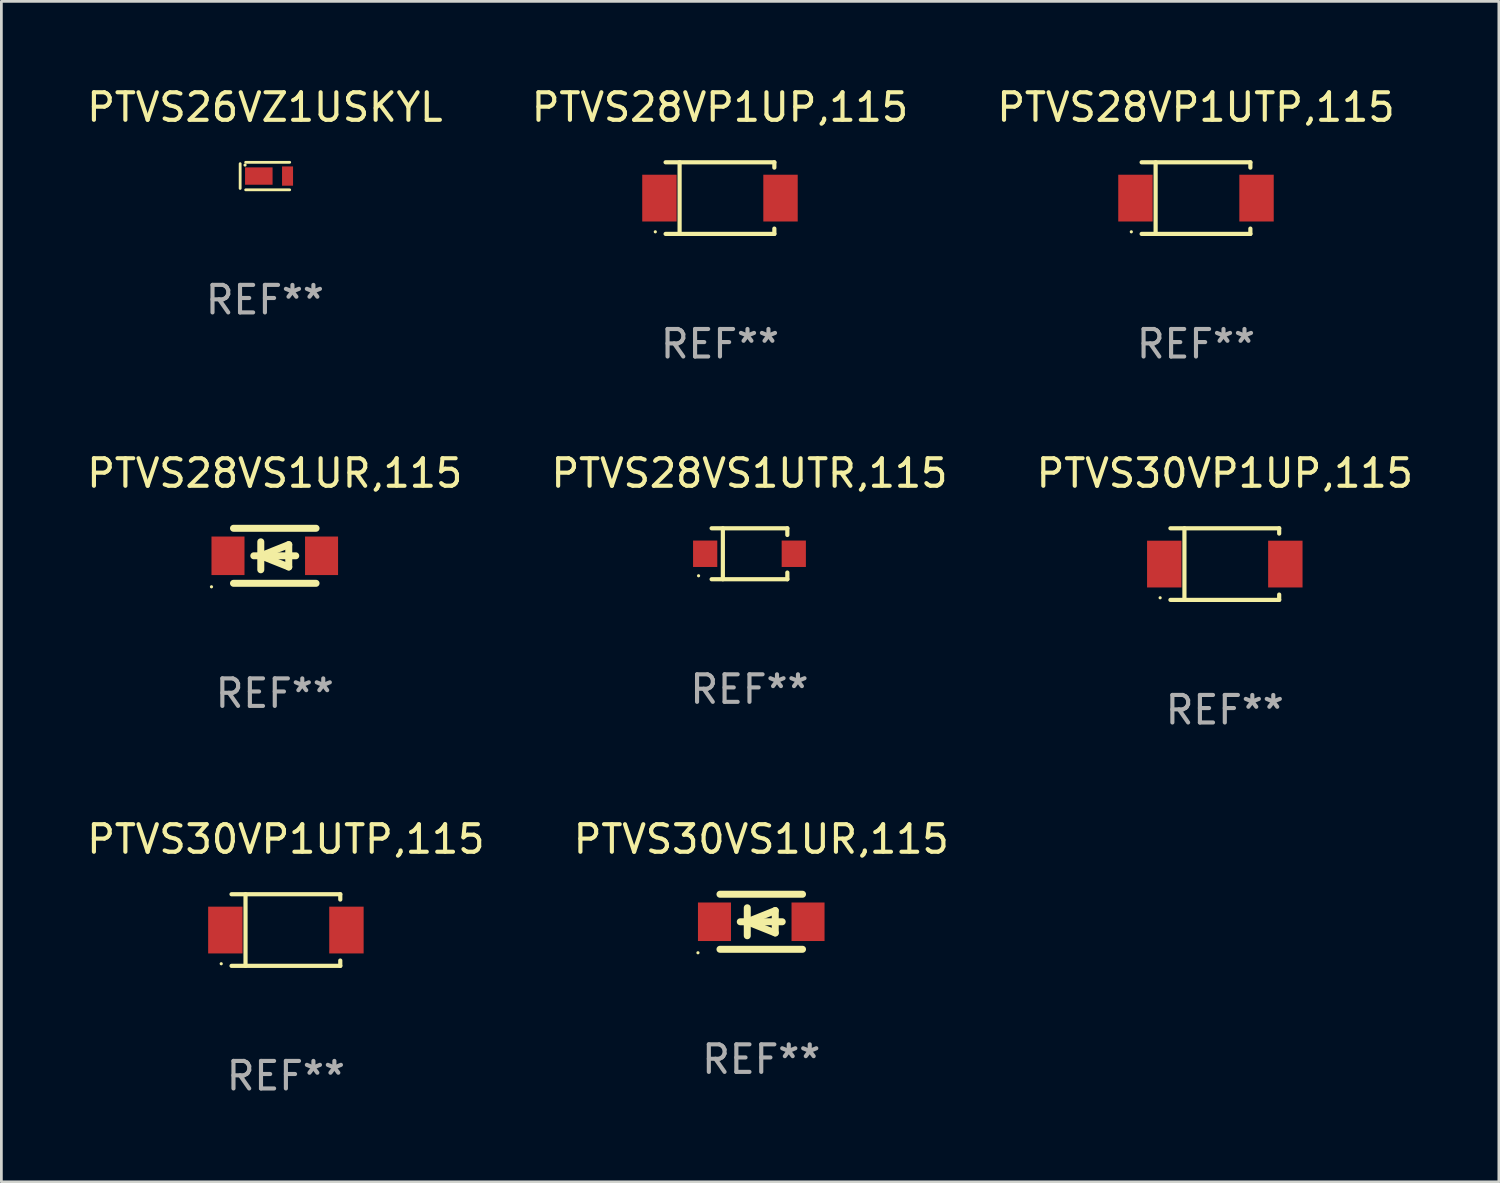
<source format=kicad_pcb>
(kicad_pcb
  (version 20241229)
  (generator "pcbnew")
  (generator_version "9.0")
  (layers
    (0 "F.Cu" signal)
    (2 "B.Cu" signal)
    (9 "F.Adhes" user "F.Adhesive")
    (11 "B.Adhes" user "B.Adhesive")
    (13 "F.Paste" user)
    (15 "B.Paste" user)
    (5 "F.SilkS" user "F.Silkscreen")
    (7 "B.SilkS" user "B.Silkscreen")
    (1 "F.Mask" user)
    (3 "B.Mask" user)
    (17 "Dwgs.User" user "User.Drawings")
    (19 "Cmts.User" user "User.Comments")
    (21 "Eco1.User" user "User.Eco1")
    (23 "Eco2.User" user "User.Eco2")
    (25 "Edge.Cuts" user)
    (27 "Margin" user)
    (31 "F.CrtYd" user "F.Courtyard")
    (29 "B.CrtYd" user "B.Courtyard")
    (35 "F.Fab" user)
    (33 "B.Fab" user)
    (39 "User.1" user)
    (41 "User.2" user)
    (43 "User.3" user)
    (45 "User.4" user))
  (footprint "PTVS28VS1UR,115"
    (layer "F.Cu")
    (at 6.935 17.147)
    (property "Reference" "PTVS28VS1UR,115" (at 0 -3 0) (layer "F.SilkS") (effects (font (size 1 1) (thickness 0.15))))
    (attr through_hole)
    (fp_line (start -1.5 -1) (end 1.5 -1) (stroke (width 0.254) (type solid)) (layer "F.SilkS"))
    (fp_line (start -1.5 1) (end 1.5 1) (stroke (width 0.254) (type solid)) (layer "F.SilkS"))
    (fp_line (start -0.762 0) (end 0.762 0) (stroke (width 0.254) (type solid)) (layer "F.SilkS"))
    (fp_line (start -0.508 -0.508) (end -0.508 0.508) (stroke (width 0.254) (type solid)) (layer "F.SilkS"))
    (fp_line (start -0.508 0) (end 0.508 -0.406) (stroke (width 0.254) (type solid)) (layer "F.SilkS"))
    (fp_line (start 0.508 -0.406) (end 0.508 0.406) (stroke (width 0.254) (type solid)) (layer "F.SilkS"))
    (fp_line (start 0.508 0.406) (end -0.508 0) (stroke (width 0.254) (type solid)) (layer "F.SilkS"))
    (fp_circle (center -2.3 1.127) (end -2.27 1.127) (stroke (width 0.06) (type solid)) (fill no) (layer "F.SilkS"))
    (fp_text user "REF**" (at 0 5 0) (layer "F.Fab") (effects (font (size 1 1) (thickness 0.15))))
    (pad "1" smd rect (at -1.7 0) (size 1.2 1.4) (layers "F.Cu" "F.Mask" "F.Paste"))
    (pad "2" smd rect (at 1.7 0) (size 1.2 1.4) (layers "F.Cu" "F.Mask" "F.Paste")))
  (footprint "PTVS28VS1UTR,115"
    (layer "F.Cu")
    (at 24.185 17.073)
    (property "Reference" "PTVS28VS1UTR,115" (at 0 -2.926 0) (layer "F.SilkS") (effects (font (size 1 1) (thickness 0.15))))
    (attr through_hole)
    (fp_line (start -1.376 -0.926) (end 1.376 -0.926) (stroke (width 0.152) (type solid)) (layer "F.SilkS"))
    (fp_line (start -1.376 0.926) (end 1.376 0.926) (stroke (width 0.152) (type solid)) (layer "F.SilkS"))
    (fp_line (start -0.967 -0.926) (end -0.967 0.926) (stroke (width 0.152) (type solid)) (layer "F.SilkS"))
    (fp_line (start 1.376 -0.926) (end 1.376 -0.683) (stroke (width 0.152) (type solid)) (layer "F.SilkS"))
    (fp_line (start 1.376 0.926) (end 1.376 0.683) (stroke (width 0.152) (type solid)) (layer "F.SilkS"))
    (fp_circle (center -1.85 0.8) (end -1.82 0.8) (stroke (width 0.06) (type solid)) (fill no) (layer "F.SilkS"))
    (fp_text user "REF**" (at 0 4.926 0) (layer "F.Fab") (effects (font (size 1 1) (thickness 0.15))))
    (pad "1" smd rect (at -1.61 0) (size 0.88 0.96) (layers "F.Cu" "F.Mask" "F.Paste"))
    (pad "2" smd rect (at 1.61 0) (size 0.88 0.96) (layers "F.Cu" "F.Mask" "F.Paste")))
  (footprint "PTVS30VP1UP,115"
    (layer "F.Cu")
    (at 41.458 17.448)
    (property "Reference" "PTVS30VP1UP,115" (at 0 -3.301 0) (layer "F.SilkS") (effects (font (size 1 1) (thickness 0.15))))
    (attr through_hole)
    (fp_line (start -1.976 -1.301) (end 1.976 -1.301) (stroke (width 0.152) (type solid)) (layer "F.SilkS"))
    (fp_line (start -1.976 1.301) (end 1.976 1.301) (stroke (width 0.152) (type solid)) (layer "F.SilkS"))
    (fp_line (start -1.467 -1.301) (end -1.467 1.301) (stroke (width 0.152) (type solid)) (layer "F.SilkS"))
    (fp_line (start 1.976 -1.301) (end 1.976 -1.108) (stroke (width 0.152) (type solid)) (layer "F.SilkS"))
    (fp_line (start 1.976 1.301) (end 1.976 1.108) (stroke (width 0.152) (type solid)) (layer "F.SilkS"))
    (fp_circle (center -2.35 1.225) (end -2.32 1.225) (stroke (width 0.06) (type solid)) (fill no) (layer "F.SilkS"))
    (fp_text user "REF**" (at 0 5.301 0) (layer "F.Fab") (effects (font (size 1 1) (thickness 0.15))))
    (pad "1" smd rect (at -2.2 0 180) (size 1.25 1.7) (layers "F.Cu" "F.Mask" "F.Paste"))
    (pad "2" smd rect (at 2.2 0 180) (size 1.25 1.7) (layers "F.Cu" "F.Mask" "F.Paste")))
  (footprint "PTVS26VZ1USKYL"
    (layer "F.Cu")
    (at 6.577 3.348)
    (property "Reference" "PTVS26VZ1USKYL" (at 0 -2.5 0) (layer "F.SilkS") (effects (font (size 1 1) (thickness 0.15))))
    (attr through_hole)
    (fp_line (start -0.9 -0.45) (end -0.9 0.45) (stroke (width 0.102) (type solid)) (layer "F.SilkS"))
    (fp_line (start -0.7 -0.5) (end 0.9 -0.5) (stroke (width 0.102) (type solid)) (layer "F.SilkS"))
    (fp_line (start -0.7 0.5) (end 0.9 0.5) (stroke (width 0.102) (type solid)) (layer "F.SilkS"))
    (fp_circle (center -0.722 -0.4) (end -0.692 -0.4) (stroke (width 0.06) (type solid)) (fill no) (layer "F.SilkS"))
    (fp_text user "REF**" (at 0 4.5 0) (layer "F.Fab") (effects (font (size 1 1) (thickness 0.15))))
    (pad "1" smd rect (at -0.222 -0.000025 180) (size 1 0.63) (layers "F.Cu" "F.Mask" "F.Paste"))
    (pad "2" smd rect (at 0.822 -0.000025 180) (size 0.4 0.7) (layers "F.Cu" "F.Mask" "F.Paste")))
  (footprint "PTVS28VP1UP,115"
    (layer "F.Cu")
    (at 23.113 4.149)
    (property "Reference" "PTVS28VP1UP,115" (at 0 -3.301 0) (layer "F.SilkS") (effects (font (size 1 1) (thickness 0.15))))
    (attr through_hole)
    (fp_line (start -1.976 -1.301) (end 1.976 -1.301) (stroke (width 0.152) (type solid)) (layer "F.SilkS"))
    (fp_line (start -1.976 1.301) (end 1.976 1.301) (stroke (width 0.152) (type solid)) (layer "F.SilkS"))
    (fp_line (start -1.467 -1.301) (end -1.467 1.301) (stroke (width 0.152) (type solid)) (layer "F.SilkS"))
    (fp_line (start 1.976 -1.301) (end 1.976 -1.108) (stroke (width 0.152) (type solid)) (layer "F.SilkS"))
    (fp_line (start 1.976 1.301) (end 1.976 1.108) (stroke (width 0.152) (type solid)) (layer "F.SilkS"))
    (fp_circle (center -2.35 1.225) (end -2.32 1.225) (stroke (width 0.06) (type solid)) (fill no) (layer "F.SilkS"))
    (fp_text user "REF**" (at 0 5.301 0) (layer "F.Fab") (effects (font (size 1 1) (thickness 0.15))))
    (pad "1" smd rect (at -2.2 0 180) (size 1.25 1.7) (layers "F.Cu" "F.Mask" "F.Paste"))
    (pad "2" smd rect (at 2.2 0 180) (size 1.25 1.7) (layers "F.Cu" "F.Mask" "F.Paste")))
  (footprint "PTVS30VS1UR,115"
    (layer "F.Cu")
    (at 24.613 30.446)
    (property "Reference" "PTVS30VS1UR,115" (at 0 -3 0) (layer "F.SilkS") (effects (font (size 1 1) (thickness 0.15))))
    (attr through_hole)
    (fp_line (start -1.5 -1) (end 1.5 -1) (stroke (width 0.254) (type solid)) (layer "F.SilkS"))
    (fp_line (start -1.5 1) (end 1.5 1) (stroke (width 0.254) (type solid)) (layer "F.SilkS"))
    (fp_line (start -0.762 0) (end 0.762 0) (stroke (width 0.254) (type solid)) (layer "F.SilkS"))
    (fp_line (start -0.508 -0.508) (end -0.508 0.508) (stroke (width 0.254) (type solid)) (layer "F.SilkS"))
    (fp_line (start -0.508 0) (end 0.508 -0.406) (stroke (width 0.254) (type solid)) (layer "F.SilkS"))
    (fp_line (start 0.508 -0.406) (end 0.508 0.406) (stroke (width 0.254) (type solid)) (layer "F.SilkS"))
    (fp_line (start 0.508 0.406) (end -0.508 0) (stroke (width 0.254) (type solid)) (layer "F.SilkS"))
    (fp_circle (center -2.3 1.127) (end -2.27 1.127) (stroke (width 0.06) (type solid)) (fill no) (layer "F.SilkS"))
    (fp_text user "REF**" (at 0 5 0) (layer "F.Fab") (effects (font (size 1 1) (thickness 0.15))))
    (pad "1" smd rect (at -1.7 0) (size 1.2 1.4) (layers "F.Cu" "F.Mask" "F.Paste"))
    (pad "2" smd rect (at 1.7 0) (size 1.2 1.4) (layers "F.Cu" "F.Mask" "F.Paste")))
  (footprint "PTVS28VP1UTP,115"
    (layer "F.Cu")
    (at 40.411 4.149)
    (property "Reference" "PTVS28VP1UTP,115" (at 0 -3.301 0) (layer "F.SilkS") (effects (font (size 1 1) (thickness 0.15))))
    (attr through_hole)
    (fp_line (start -1.976 -1.301) (end 1.976 -1.301) (stroke (width 0.152) (type solid)) (layer "F.SilkS"))
    (fp_line (start -1.976 1.301) (end 1.976 1.301) (stroke (width 0.152) (type solid)) (layer "F.SilkS"))
    (fp_line (start -1.467 -1.301) (end -1.467 1.301) (stroke (width 0.152) (type solid)) (layer "F.SilkS"))
    (fp_line (start 1.976 -1.301) (end 1.976 -1.108) (stroke (width 0.152) (type solid)) (layer "F.SilkS"))
    (fp_line (start 1.976 1.301) (end 1.976 1.108) (stroke (width 0.152) (type solid)) (layer "F.SilkS"))
    (fp_circle (center -2.35 1.225) (end -2.32 1.225) (stroke (width 0.06) (type solid)) (fill no) (layer "F.SilkS"))
    (fp_text user "REF**" (at 0 5.301 0) (layer "F.Fab") (effects (font (size 1 1) (thickness 0.15))))
    (pad "1" smd rect (at -2.2 0 180) (size 1.25 1.7) (layers "F.Cu" "F.Mask" "F.Paste"))
    (pad "2" smd rect (at 2.2 0 180) (size 1.25 1.7) (layers "F.Cu" "F.Mask" "F.Paste")))
  (footprint "PTVS30VP1UTP,115"
    (layer "F.Cu")
    (at 7.339 30.747)
    (property "Reference" "PTVS30VP1UTP,115" (at 0 -3.301 0) (layer "F.SilkS") (effects (font (size 1 1) (thickness 0.15))))
    (attr through_hole)
    (fp_line (start -1.976 -1.301) (end 1.976 -1.301) (stroke (width 0.152) (type solid)) (layer "F.SilkS"))
    (fp_line (start -1.976 1.301) (end 1.976 1.301) (stroke (width 0.152) (type solid)) (layer "F.SilkS"))
    (fp_line (start -1.467 -1.301) (end -1.467 1.301) (stroke (width 0.152) (type solid)) (layer "F.SilkS"))
    (fp_line (start 1.976 -1.301) (end 1.976 -1.108) (stroke (width 0.152) (type solid)) (layer "F.SilkS"))
    (fp_line (start 1.976 1.301) (end 1.976 1.108) (stroke (width 0.152) (type solid)) (layer "F.SilkS"))
    (fp_circle (center -2.35 1.225) (end -2.32 1.225) (stroke (width 0.06) (type solid)) (fill no) (layer "F.SilkS"))
    (fp_text user "REF**" (at 0 5.301 0) (layer "F.Fab") (effects (font (size 1 1) (thickness 0.15))))
    (pad "1" smd rect (at -2.2 0 180) (size 1.25 1.7) (layers "F.Cu" "F.Mask" "F.Paste"))
    (pad "2" smd rect (at 2.2 0 180) (size 1.25 1.7) (layers "F.Cu" "F.Mask" "F.Paste")))
  (gr_rect
    (start -3 -3)
    (end 51.417 39.897)
    (stroke (width 0.1) (type default))
    (fill no)
    (layer "Edge.Cuts")))
</source>
